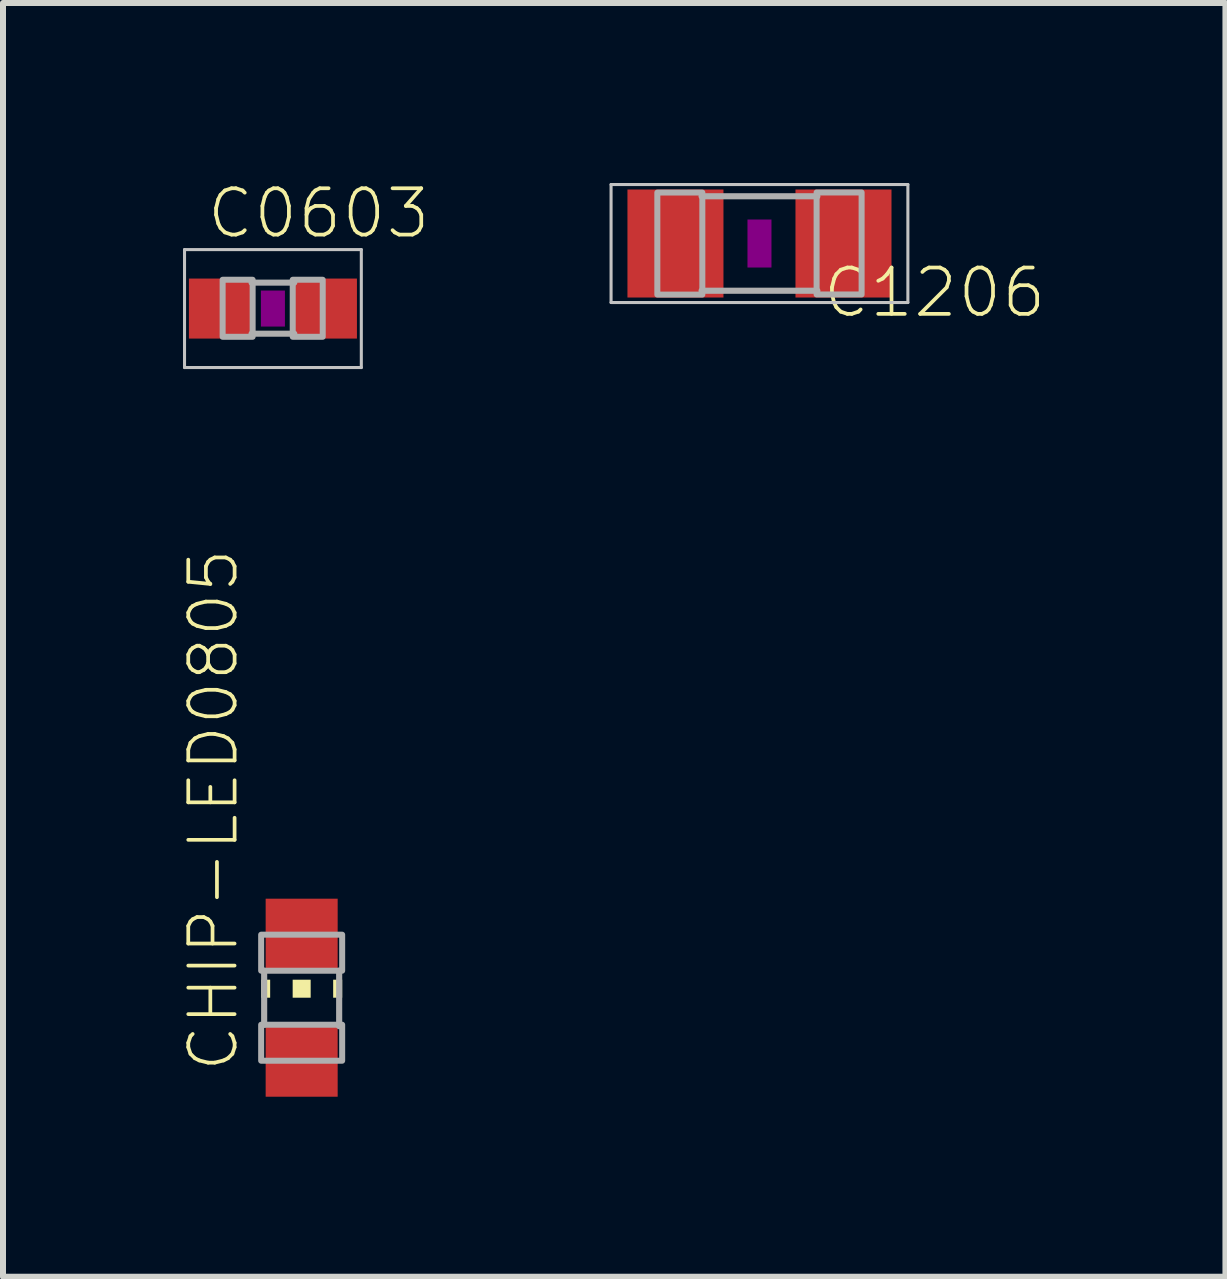
<source format=kicad_pcb>
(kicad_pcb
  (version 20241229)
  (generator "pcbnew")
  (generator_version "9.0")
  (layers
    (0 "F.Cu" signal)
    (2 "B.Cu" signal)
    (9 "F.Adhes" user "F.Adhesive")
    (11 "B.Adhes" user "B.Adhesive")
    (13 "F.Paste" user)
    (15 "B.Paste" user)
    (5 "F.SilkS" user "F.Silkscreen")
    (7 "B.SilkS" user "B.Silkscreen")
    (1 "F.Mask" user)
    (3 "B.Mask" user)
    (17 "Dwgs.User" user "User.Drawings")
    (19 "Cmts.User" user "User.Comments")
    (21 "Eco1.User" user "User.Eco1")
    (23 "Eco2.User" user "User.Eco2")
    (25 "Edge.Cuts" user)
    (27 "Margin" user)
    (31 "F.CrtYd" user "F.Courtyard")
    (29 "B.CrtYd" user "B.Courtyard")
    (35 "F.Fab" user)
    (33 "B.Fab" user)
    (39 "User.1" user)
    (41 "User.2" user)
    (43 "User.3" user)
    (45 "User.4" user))
  (footprint "C1206"
    (layer "F.Cu")
    (at 9.606 1.008)
    (property "Reference" "C1206" (at 1.02 1.27 180) (layer "F.SilkS") (effects (font (size 0.772 0.772) (thickness 0.062)) (justify left bottom)))
    (attr through_hole)
    (fp_poly (pts (xy -0.2 0.4) (xy 0.2 0.4) (xy 0.2 -0.4) (xy -0.2 -0.4)) (stroke (width 0) (type solid)) (fill yes) (layer "F.Adhes"))
    (fp_line (start -2.473 -0.983) (end 2.473 -0.983) (stroke (width 0.051) (type solid)) (layer "Dwgs.User"))
    (fp_line (start -2.473 0.983) (end -2.473 -0.983) (stroke (width 0.051) (type solid)) (layer "Dwgs.User"))
    (fp_line (start 2.473 -0.983) (end 2.473 0.983) (stroke (width 0.051) (type solid)) (layer "Dwgs.User"))
    (fp_line (start 2.473 0.983) (end -2.473 0.983) (stroke (width 0.051) (type solid)) (layer "Dwgs.User"))
    (fp_line (start -0.965 -0.787) (end 0.965 -0.787) (stroke (width 0.102) (type solid)) (layer "F.Fab"))
    (fp_line (start -0.965 0.787) (end 0.965 0.787) (stroke (width 0.102) (type solid)) (layer "F.Fab"))
    (fp_poly (pts (xy -1.702 0.851) (xy -0.952 0.851) (xy -0.952 -0.849) (xy -1.702 -0.849)) (stroke (width 0.1) (type solid)) (fill no) (layer "F.Fab"))
    (fp_poly (pts (xy 0.952 0.849) (xy 1.702 0.849) (xy 1.702 -0.851) (xy 0.952 -0.851)) (stroke (width 0.1) (type solid)) (fill no) (layer "F.Fab"))
    (pad "1" smd rect (at -1.4 0) (size 1.6 1.8) (layers "F.Cu" "F.Mask" "F.Paste"))
    (pad "2" smd rect (at 1.4 0) (size 1.6 1.8) (layers "F.Cu" "F.Mask" "F.Paste")))
  (footprint "CHIP-LED0805"
    (layer "F.Cu")
    (at 1.977 13.576)
    (property "Reference" "CHIP-LED0805" (at -1.02 1.27 90) (layer "F.SilkS") (effects (font (size 0.772 0.772) (thickness 0.062)) (justify left bottom)))
    (attr through_hole)
    (fp_poly (pts (xy -0.675 0) (xy -0.525 0) (xy -0.525 -0.3) (xy -0.675 -0.3)) (stroke (width 0) (type solid)) (fill yes) (layer "F.SilkS"))
    (fp_poly (pts (xy -0.15 0) (xy 0.15 0) (xy 0.15 -0.3) (xy -0.15 -0.3)) (stroke (width 0) (type solid)) (fill yes) (layer "F.SilkS"))
    (fp_poly (pts (xy 0.525 0) (xy 0.675 0) (xy 0.675 -0.3) (xy 0.525 -0.3)) (stroke (width 0) (type solid)) (fill yes) (layer "F.SilkS"))
    (fp_line (start -0.625 -0.45) (end -0.625 0.45) (stroke (width 0.102) (type solid)) (layer "F.Fab"))
    (fp_line (start 0.625 -0.45) (end 0.625 0.475) (stroke (width 0.102) (type solid)) (layer "F.Fab"))
    (fp_poly (pts (xy -0.675 -0.45) (xy 0.675 -0.45) (xy 0.675 -1.05) (xy -0.675 -1.05)) (stroke (width 0.1) (type solid)) (fill no) (layer "F.Fab"))
    (fp_poly (pts (xy -0.675 1.05) (xy 0.675 1.05) (xy 0.675 0.45) (xy -0.675 0.45)) (stroke (width 0.1) (type solid)) (fill no) (layer "F.Fab"))
    (pad "A" smd rect (at 0 1.05) (size 1.2 1.2) (layers "F.Cu" "F.Mask" "F.Paste"))
    (pad "C" smd rect (at 0 -1.05) (size 1.2 1.2) (layers "F.Cu" "F.Mask" "F.Paste")))
  (footprint "C0603"
    (layer "F.Cu")
    (at 1.498 2.092)
    (property "Reference" "C0603" (at -1.135 -1.135 180) (layer "F.SilkS") (effects (font (size 0.772 0.772) (thickness 0.062)) (justify left bottom)))
    (attr through_hole)
    (fp_poly (pts (xy -0.2 0.3) (xy 0.2 0.3) (xy 0.2 -0.3) (xy -0.2 -0.3)) (stroke (width 0) (type solid)) (fill yes) (layer "F.Adhes"))
    (fp_line (start -1.473 -0.983) (end 1.473 -0.983) (stroke (width 0.051) (type solid)) (layer "Dwgs.User"))
    (fp_line (start -1.473 0.983) (end -1.473 -0.983) (stroke (width 0.051) (type solid)) (layer "Dwgs.User"))
    (fp_line (start 1.473 -0.983) (end 1.473 0.983) (stroke (width 0.051) (type solid)) (layer "Dwgs.User"))
    (fp_line (start 1.473 0.983) (end -1.473 0.983) (stroke (width 0.051) (type solid)) (layer "Dwgs.User"))
    (fp_line (start -0.356 -0.432) (end 0.356 -0.432) (stroke (width 0.102) (type solid)) (layer "F.Fab"))
    (fp_line (start -0.356 0.419) (end 0.356 0.419) (stroke (width 0.102) (type solid)) (layer "F.Fab"))
    (fp_poly (pts (xy -0.838 0.47) (xy -0.338 0.47) (xy -0.338 -0.48) (xy -0.838 -0.48)) (stroke (width 0.1) (type solid)) (fill no) (layer "F.Fab"))
    (fp_poly (pts (xy 0.33 0.47) (xy 0.83 0.47) (xy 0.83 -0.48) (xy 0.33 -0.48)) (stroke (width 0.1) (type solid)) (fill no) (layer "F.Fab"))
    (pad "1" smd rect (at -0.85 0) (size 1.1 1) (layers "F.Cu" "F.Mask" "F.Paste"))
    (pad "2" smd rect (at 0.85 0) (size 1.1 1) (layers "F.Cu" "F.Mask" "F.Paste")))
  (gr_rect
    (start -3 -3)
    (end 17.371 18.226)
    (stroke (width 0.1) (type default))
    (fill no)
    (layer "Edge.Cuts")))
</source>
